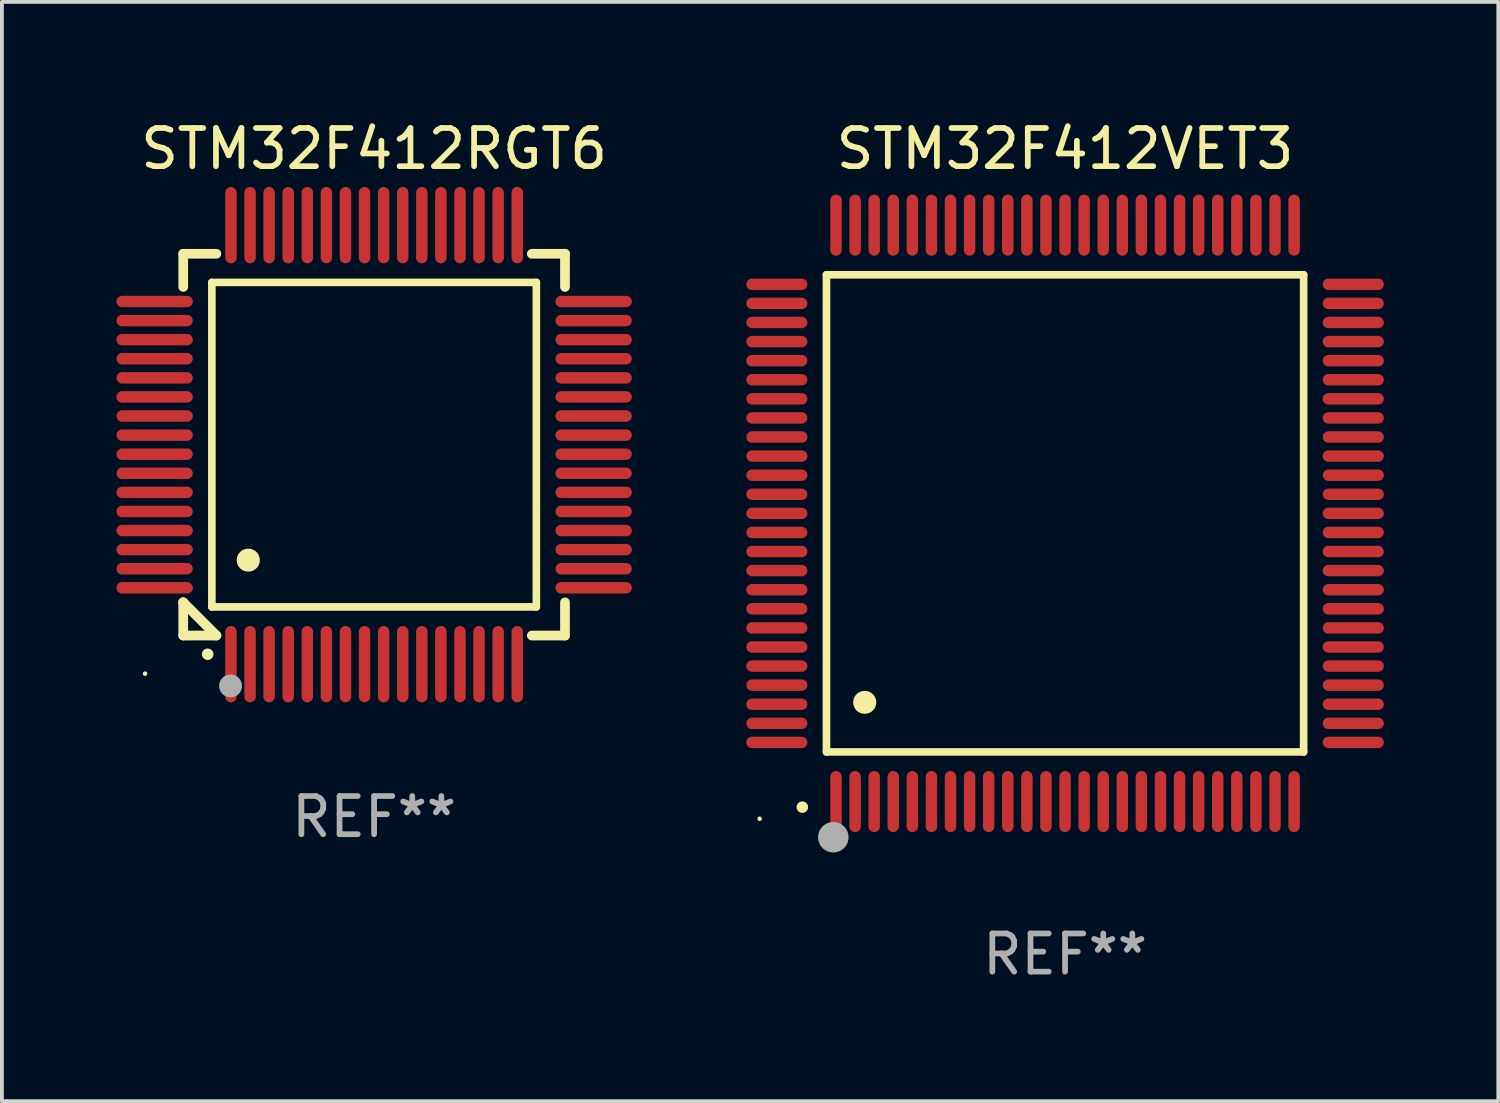
<source format=kicad_pcb>
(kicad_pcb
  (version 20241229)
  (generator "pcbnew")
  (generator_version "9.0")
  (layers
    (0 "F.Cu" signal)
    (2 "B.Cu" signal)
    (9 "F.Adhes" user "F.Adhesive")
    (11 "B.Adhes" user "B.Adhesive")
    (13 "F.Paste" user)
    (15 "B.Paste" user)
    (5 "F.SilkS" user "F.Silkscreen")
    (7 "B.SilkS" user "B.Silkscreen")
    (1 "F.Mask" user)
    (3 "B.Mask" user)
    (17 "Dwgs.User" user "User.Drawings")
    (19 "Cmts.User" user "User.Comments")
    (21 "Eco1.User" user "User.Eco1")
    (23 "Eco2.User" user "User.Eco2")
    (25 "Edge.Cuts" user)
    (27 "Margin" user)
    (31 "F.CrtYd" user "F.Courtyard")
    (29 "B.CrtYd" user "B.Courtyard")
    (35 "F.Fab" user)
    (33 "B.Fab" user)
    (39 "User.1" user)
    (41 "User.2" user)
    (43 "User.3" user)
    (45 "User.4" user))
  (footprint "STM32F412VET3"
    (layer "F.Cu")
    (at 24.85 10.398)
    (property "Reference" "STM32F412VET3" (at 0 -9.55 0) (layer "F.SilkS") (effects (font (size 1 1) (thickness 0.15))))
    (attr through_hole)
    (fp_line (start -6.25 -6.25) (end -6.25 6.25) (stroke (width 0.2) (type solid)) (layer "F.SilkS"))
    (fp_line (start -6.25 6.25) (end 6.25 6.25) (stroke (width 0.2) (type solid)) (layer "F.SilkS"))
    (fp_line (start 6.25 -6.25) (end -6.25 -6.25) (stroke (width 0.2) (type solid)) (layer "F.SilkS"))
    (fp_line (start 6.25 6.25) (end 6.25 -6.25) (stroke (width 0.2) (type solid)) (layer "F.SilkS"))
    (fp_arc (start -6.883414 7.696215) (mid -6.882144 7.69621) (end -6.880874 7.696215) (stroke (width 0.3) (type solid)) (layer "F.SilkS"))
    (fp_arc (start -5.250191 4.95047) (mid -5.247651 4.950459) (end -5.245111 4.95047) (stroke (width 0.6) (type solid)) (layer "F.SilkS"))
    (fp_circle (center -8 8) (end -7.97 8) (stroke (width 0.06) (type solid)) (fill no) (layer "F.SilkS"))
    (fp_circle (center -6.071 8.484) (end -5.871 8.484) (stroke (width 0.4) (type solid)) (fill no) (layer "F.Fab"))
    (fp_text user "REF**" (at 0 11.55 0) (layer "F.Fab") (effects (font (size 1 1) (thickness 0.15))))
    (pad "1" smd oval (at -6 7.55) (size 0.3 1.6) (layers "F.Cu" "F.Mask" "F.Paste"))
    (pad "2" smd oval (at -5.5 7.55) (size 0.3 1.6) (layers "F.Cu" "F.Mask" "F.Paste"))
    (pad "3" smd oval (at -5 7.55) (size 0.3 1.6) (layers "F.Cu" "F.Mask" "F.Paste"))
    (pad "4" smd oval (at -4.5 7.55) (size 0.3 1.6) (layers "F.Cu" "F.Mask" "F.Paste"))
    (pad "5" smd oval (at -4 7.55) (size 0.3 1.6) (layers "F.Cu" "F.Mask" "F.Paste"))
    (pad "6" smd oval (at -3.5 7.55) (size 0.3 1.6) (layers "F.Cu" "F.Mask" "F.Paste"))
    (pad "7" smd oval (at -3 7.55) (size 0.3 1.6) (layers "F.Cu" "F.Mask" "F.Paste"))
    (pad "8" smd oval (at -2.5 7.55) (size 0.3 1.6) (layers "F.Cu" "F.Mask" "F.Paste"))
    (pad "9" smd oval (at -2 7.55) (size 0.3 1.6) (layers "F.Cu" "F.Mask" "F.Paste"))
    (pad "10" smd oval (at -1.5 7.55) (size 0.3 1.6) (layers "F.Cu" "F.Mask" "F.Paste"))
    (pad "11" smd oval (at -1 7.55) (size 0.3 1.6) (layers "F.Cu" "F.Mask" "F.Paste"))
    (pad "12" smd oval (at -0.5 7.55) (size 0.3 1.6) (layers "F.Cu" "F.Mask" "F.Paste"))
    (pad "13" smd oval (at 0 7.55) (size 0.3 1.6) (layers "F.Cu" "F.Mask" "F.Paste"))
    (pad "14" smd oval (at 0.5 7.55) (size 0.3 1.6) (layers "F.Cu" "F.Mask" "F.Paste"))
    (pad "15" smd oval (at 1 7.55) (size 0.3 1.6) (layers "F.Cu" "F.Mask" "F.Paste"))
    (pad "16" smd oval (at 1.5 7.55) (size 0.3 1.6) (layers "F.Cu" "F.Mask" "F.Paste"))
    (pad "17" smd oval (at 2 7.55) (size 0.3 1.6) (layers "F.Cu" "F.Mask" "F.Paste"))
    (pad "18" smd oval (at 2.5 7.55) (size 0.3 1.6) (layers "F.Cu" "F.Mask" "F.Paste"))
    (pad "19" smd oval (at 3 7.55) (size 0.3 1.6) (layers "F.Cu" "F.Mask" "F.Paste"))
    (pad "20" smd oval (at 3.5 7.55) (size 0.3 1.6) (layers "F.Cu" "F.Mask" "F.Paste"))
    (pad "21" smd oval (at 4 7.55) (size 0.3 1.6) (layers "F.Cu" "F.Mask" "F.Paste"))
    (pad "22" smd oval (at 4.5 7.55) (size 0.3 1.6) (layers "F.Cu" "F.Mask" "F.Paste"))
    (pad "23" smd oval (at 5 7.55) (size 0.3 1.6) (layers "F.Cu" "F.Mask" "F.Paste"))
    (pad "24" smd oval (at 5.5 7.55) (size 0.3 1.6) (layers "F.Cu" "F.Mask" "F.Paste"))
    (pad "25" smd oval (at 6 7.55) (size 0.3 1.6) (layers "F.Cu" "F.Mask" "F.Paste"))
    (pad "26" smd oval (at 7.55 6) (size 1.6 0.3) (layers "F.Cu" "F.Mask" "F.Paste"))
    (pad "27" smd oval (at 7.55 5.5) (size 1.6 0.3) (layers "F.Cu" "F.Mask" "F.Paste"))
    (pad "28" smd oval (at 7.55 5) (size 1.6 0.3) (layers "F.Cu" "F.Mask" "F.Paste"))
    (pad "29" smd oval (at 7.55 4.5) (size 1.6 0.3) (layers "F.Cu" "F.Mask" "F.Paste"))
    (pad "30" smd oval (at 7.55 4) (size 1.6 0.3) (layers "F.Cu" "F.Mask" "F.Paste"))
    (pad "31" smd oval (at 7.55 3.5) (size 1.6 0.3) (layers "F.Cu" "F.Mask" "F.Paste"))
    (pad "32" smd oval (at 7.55 3) (size 1.6 0.3) (layers "F.Cu" "F.Mask" "F.Paste"))
    (pad "33" smd oval (at 7.55 2.5) (size 1.6 0.3) (layers "F.Cu" "F.Mask" "F.Paste"))
    (pad "34" smd oval (at 7.55 2) (size 1.6 0.3) (layers "F.Cu" "F.Mask" "F.Paste"))
    (pad "35" smd oval (at 7.55 1.5) (size 1.6 0.3) (layers "F.Cu" "F.Mask" "F.Paste"))
    (pad "36" smd oval (at 7.55 1) (size 1.6 0.3) (layers "F.Cu" "F.Mask" "F.Paste"))
    (pad "37" smd oval (at 7.55 0.5) (size 1.6 0.3) (layers "F.Cu" "F.Mask" "F.Paste"))
    (pad "38" smd oval (at 7.55 0) (size 1.6 0.3) (layers "F.Cu" "F.Mask" "F.Paste"))
    (pad "39" smd oval (at 7.55 -0.5) (size 1.6 0.3) (layers "F.Cu" "F.Mask" "F.Paste"))
    (pad "40" smd oval (at 7.55 -1) (size 1.6 0.3) (layers "F.Cu" "F.Mask" "F.Paste"))
    (pad "41" smd oval (at 7.55 -1.5) (size 1.6 0.3) (layers "F.Cu" "F.Mask" "F.Paste"))
    (pad "42" smd oval (at 7.55 -2) (size 1.6 0.3) (layers "F.Cu" "F.Mask" "F.Paste"))
    (pad "43" smd oval (at 7.55 -2.5) (size 1.6 0.3) (layers "F.Cu" "F.Mask" "F.Paste"))
    (pad "44" smd oval (at 7.55 -3) (size 1.6 0.3) (layers "F.Cu" "F.Mask" "F.Paste"))
    (pad "45" smd oval (at 7.55 -3.5) (size 1.6 0.3) (layers "F.Cu" "F.Mask" "F.Paste"))
    (pad "46" smd oval (at 7.55 -4) (size 1.6 0.3) (layers "F.Cu" "F.Mask" "F.Paste"))
    (pad "47" smd oval (at 7.55 -4.5) (size 1.6 0.3) (layers "F.Cu" "F.Mask" "F.Paste"))
    (pad "48" smd oval (at 7.55 -5) (size 1.6 0.3) (layers "F.Cu" "F.Mask" "F.Paste"))
    (pad "49" smd oval (at 7.55 -5.5) (size 1.6 0.3) (layers "F.Cu" "F.Mask" "F.Paste"))
    (pad "50" smd oval (at 7.55 -6) (size 1.6 0.3) (layers "F.Cu" "F.Mask" "F.Paste"))
    (pad "51" smd oval (at 6 -7.55) (size 0.3 1.6) (layers "F.Cu" "F.Mask" "F.Paste"))
    (pad "52" smd oval (at 5.5 -7.55) (size 0.3 1.6) (layers "F.Cu" "F.Mask" "F.Paste"))
    (pad "53" smd oval (at 5 -7.55) (size 0.3 1.6) (layers "F.Cu" "F.Mask" "F.Paste"))
    (pad "54" smd oval (at 4.5 -7.55) (size 0.3 1.6) (layers "F.Cu" "F.Mask" "F.Paste"))
    (pad "55" smd oval (at 4 -7.55) (size 0.3 1.6) (layers "F.Cu" "F.Mask" "F.Paste"))
    (pad "56" smd oval (at 3.5 -7.55) (size 0.3 1.6) (layers "F.Cu" "F.Mask" "F.Paste"))
    (pad "57" smd oval (at 3 -7.55) (size 0.3 1.6) (layers "F.Cu" "F.Mask" "F.Paste"))
    (pad "58" smd oval (at 2.5 -7.55) (size 0.3 1.6) (layers "F.Cu" "F.Mask" "F.Paste"))
    (pad "59" smd oval (at 2 -7.55) (size 0.3 1.6) (layers "F.Cu" "F.Mask" "F.Paste"))
    (pad "60" smd oval (at 1.5 -7.55) (size 0.3 1.6) (layers "F.Cu" "F.Mask" "F.Paste"))
    (pad "61" smd oval (at 1 -7.55) (size 0.3 1.6) (layers "F.Cu" "F.Mask" "F.Paste"))
    (pad "62" smd oval (at 0.5 -7.55) (size 0.3 1.6) (layers "F.Cu" "F.Mask" "F.Paste"))
    (pad "63" smd oval (at 0 -7.55) (size 0.3 1.6) (layers "F.Cu" "F.Mask" "F.Paste"))
    (pad "64" smd oval (at -0.5 -7.55) (size 0.3 1.6) (layers "F.Cu" "F.Mask" "F.Paste"))
    (pad "65" smd oval (at -1 -7.55) (size 0.3 1.6) (layers "F.Cu" "F.Mask" "F.Paste"))
    (pad "66" smd oval (at -1.5 -7.55) (size 0.3 1.6) (layers "F.Cu" "F.Mask" "F.Paste"))
    (pad "67" smd oval (at -2 -7.55) (size 0.3 1.6) (layers "F.Cu" "F.Mask" "F.Paste"))
    (pad "68" smd oval (at -2.5 -7.55) (size 0.3 1.6) (layers "F.Cu" "F.Mask" "F.Paste"))
    (pad "69" smd oval (at -3 -7.55) (size 0.3 1.6) (layers "F.Cu" "F.Mask" "F.Paste"))
    (pad "70" smd oval (at -3.5 -7.55) (size 0.3 1.6) (layers "F.Cu" "F.Mask" "F.Paste"))
    (pad "71" smd oval (at -4 -7.55) (size 0.3 1.6) (layers "F.Cu" "F.Mask" "F.Paste"))
    (pad "72" smd oval (at -4.5 -7.55) (size 0.3 1.6) (layers "F.Cu" "F.Mask" "F.Paste"))
    (pad "73" smd oval (at -5 -7.55) (size 0.3 1.6) (layers "F.Cu" "F.Mask" "F.Paste"))
    (pad "74" smd oval (at -5.5 -7.55) (size 0.3 1.6) (layers "F.Cu" "F.Mask" "F.Paste"))
    (pad "75" smd oval (at -6 -7.55) (size 0.3 1.6) (layers "F.Cu" "F.Mask" "F.Paste"))
    (pad "76" smd oval (at -7.55 -6) (size 1.6 0.3) (layers "F.Cu" "F.Mask" "F.Paste"))
    (pad "77" smd oval (at -7.55 -5.5) (size 1.6 0.3) (layers "F.Cu" "F.Mask" "F.Paste"))
    (pad "78" smd oval (at -7.55 -5) (size 1.6 0.3) (layers "F.Cu" "F.Mask" "F.Paste"))
    (pad "79" smd oval (at -7.55 -4.5) (size 1.6 0.3) (layers "F.Cu" "F.Mask" "F.Paste"))
    (pad "80" smd oval (at -7.55 -4) (size 1.6 0.3) (layers "F.Cu" "F.Mask" "F.Paste"))
    (pad "81" smd oval (at -7.55 -3.5) (size 1.6 0.3) (layers "F.Cu" "F.Mask" "F.Paste"))
    (pad "82" smd oval (at -7.55 -3) (size 1.6 0.3) (layers "F.Cu" "F.Mask" "F.Paste"))
    (pad "83" smd oval (at -7.55 -2.5) (size 1.6 0.3) (layers "F.Cu" "F.Mask" "F.Paste"))
    (pad "84" smd oval (at -7.55 -2) (size 1.6 0.3) (layers "F.Cu" "F.Mask" "F.Paste"))
    (pad "85" smd oval (at -7.55 -1.5) (size 1.6 0.3) (layers "F.Cu" "F.Mask" "F.Paste"))
    (pad "86" smd oval (at -7.55 -1) (size 1.6 0.3) (layers "F.Cu" "F.Mask" "F.Paste"))
    (pad "87" smd oval (at -7.55 -0.5) (size 1.6 0.3) (layers "F.Cu" "F.Mask" "F.Paste"))
    (pad "88" smd oval (at -7.55 0) (size 1.6 0.3) (layers "F.Cu" "F.Mask" "F.Paste"))
    (pad "89" smd oval (at -7.55 0.5) (size 1.6 0.3) (layers "F.Cu" "F.Mask" "F.Paste"))
    (pad "90" smd oval (at -7.55 1) (size 1.6 0.3) (layers "F.Cu" "F.Mask" "F.Paste"))
    (pad "91" smd oval (at -7.55 1.5) (size 1.6 0.3) (layers "F.Cu" "F.Mask" "F.Paste"))
    (pad "92" smd oval (at -7.55 2) (size 1.6 0.3) (layers "F.Cu" "F.Mask" "F.Paste"))
    (pad "93" smd oval (at -7.55 2.5) (size 1.6 0.3) (layers "F.Cu" "F.Mask" "F.Paste"))
    (pad "94" smd oval (at -7.55 3) (size 1.6 0.3) (layers "F.Cu" "F.Mask" "F.Paste"))
    (pad "95" smd oval (at -7.55 3.5) (size 1.6 0.3) (layers "F.Cu" "F.Mask" "F.Paste"))
    (pad "96" smd oval (at -7.55 4) (size 1.6 0.3) (layers "F.Cu" "F.Mask" "F.Paste"))
    (pad "97" smd oval (at -7.55 4.5) (size 1.6 0.3) (layers "F.Cu" "F.Mask" "F.Paste"))
    (pad "98" smd oval (at -7.55 5) (size 1.6 0.3) (layers "F.Cu" "F.Mask" "F.Paste"))
    (pad "99" smd oval (at -7.55 5.5) (size 1.6 0.3) (layers "F.Cu" "F.Mask" "F.Paste"))
    (pad "100" smd oval (at -7.55 6) (size 1.6 0.3) (layers "F.Cu" "F.Mask" "F.Paste")))
  (footprint "STM32F412RGT6"
    (layer "F.Cu")
    (at 6.75 8.598)
    (property "Reference" "STM32F412RGT6" (at 0 -7.75 0) (layer "F.SilkS") (effects (font (size 1 1) (thickness 0.15))))
    (attr through_hole)
    (fp_line (start -5 -5) (end -4.131 -5) (stroke (width 0.254) (type solid)) (layer "F.SilkS"))
    (fp_line (start -5 -4.131) (end -5 -5) (stroke (width 0.254) (type solid)) (layer "F.SilkS"))
    (fp_line (start -5 4.131) (end -5 4.131) (stroke (width 0.254) (type solid)) (layer "F.SilkS"))
    (fp_line (start -5 5) (end -5 4.131) (stroke (width 0.254) (type solid)) (layer "F.SilkS"))
    (fp_line (start -5 4.131) (end -4.131 5) (stroke (width 0.254) (type solid)) (layer "F.SilkS"))
    (fp_line (start -4.25 -4.25) (end -4.25 4.25) (stroke (width 0.2) (type solid)) (layer "F.SilkS"))
    (fp_line (start -4.25 4.25) (end 4.25 4.25) (stroke (width 0.2) (type solid)) (layer "F.SilkS"))
    (fp_line (start -4.131 5) (end -5 5) (stroke (width 0.254) (type solid)) (layer "F.SilkS"))
    (fp_line (start 4.25 -4.25) (end -4.25 -4.25) (stroke (width 0.2) (type solid)) (layer "F.SilkS"))
    (fp_line (start 4.25 4.25) (end 4.25 -4.25) (stroke (width 0.2) (type solid)) (layer "F.SilkS"))
    (fp_line (start 5 -5) (end 4.131 -5) (stroke (width 0.254) (type solid)) (layer "F.SilkS"))
    (fp_line (start 5 -5) (end 5 -4.131) (stroke (width 0.254) (type solid)) (layer "F.SilkS"))
    (fp_line (start 5 4.131) (end 5 5) (stroke (width 0.254) (type solid)) (layer "F.SilkS"))
    (fp_line (start 5 5) (end 4.131 5) (stroke (width 0.254) (type solid)) (layer "F.SilkS"))
    (fp_arc (start -4.361265 5.489992) (mid -4.359995 5.489987) (end -4.358725 5.489992) (stroke (width 0.3) (type solid)) (layer "F.SilkS"))
    (fp_arc (start -3.299467 3.025146) (mid -3.296927 3.025135) (end -3.294387 3.025146) (stroke (width 0.6) (type solid)) (layer "F.SilkS"))
    (fp_circle (center -6 6) (end -5.97 6) (stroke (width 0.06) (type solid)) (fill no) (layer "F.SilkS"))
    (fp_circle (center -3.76 6.32) (end -3.61 6.32) (stroke (width 0.3) (type solid)) (fill no) (layer "F.Fab"))
    (fp_text user "REF**" (at 0 9.75 0) (layer "F.Fab") (effects (font (size 1 1) (thickness 0.15))))
    (pad "1" smd oval (at -3.75 5.75) (size 0.3 2) (layers "F.Cu" "F.Mask" "F.Paste"))
    (pad "2" smd oval (at -3.25 5.75) (size 0.3 2) (layers "F.Cu" "F.Mask" "F.Paste"))
    (pad "3" smd oval (at -2.75 5.75) (size 0.3 2) (layers "F.Cu" "F.Mask" "F.Paste"))
    (pad "4" smd oval (at -2.25 5.75) (size 0.3 2) (layers "F.Cu" "F.Mask" "F.Paste"))
    (pad "5" smd oval (at -1.75 5.75) (size 0.3 2) (layers "F.Cu" "F.Mask" "F.Paste"))
    (pad "6" smd oval (at -1.25 5.75) (size 0.3 2) (layers "F.Cu" "F.Mask" "F.Paste"))
    (pad "7" smd oval (at -0.75 5.75) (size 0.3 2) (layers "F.Cu" "F.Mask" "F.Paste"))
    (pad "8" smd oval (at -0.25 5.75) (size 0.3 2) (layers "F.Cu" "F.Mask" "F.Paste"))
    (pad "9" smd oval (at 0.25 5.75) (size 0.3 2) (layers "F.Cu" "F.Mask" "F.Paste"))
    (pad "10" smd oval (at 0.75 5.75) (size 0.3 2) (layers "F.Cu" "F.Mask" "F.Paste"))
    (pad "11" smd oval (at 1.25 5.75) (size 0.3 2) (layers "F.Cu" "F.Mask" "F.Paste"))
    (pad "12" smd oval (at 1.75 5.75) (size 0.3 2) (layers "F.Cu" "F.Mask" "F.Paste"))
    (pad "13" smd oval (at 2.25 5.75) (size 0.3 2) (layers "F.Cu" "F.Mask" "F.Paste"))
    (pad "14" smd oval (at 2.75 5.75) (size 0.3 2) (layers "F.Cu" "F.Mask" "F.Paste"))
    (pad "15" smd oval (at 3.25 5.75) (size 0.3 2) (layers "F.Cu" "F.Mask" "F.Paste"))
    (pad "16" smd oval (at 3.75 5.75) (size 0.3 2) (layers "F.Cu" "F.Mask" "F.Paste"))
    (pad "17" smd oval (at 5.75 3.75) (size 2 0.3) (layers "F.Cu" "F.Mask" "F.Paste"))
    (pad "18" smd oval (at 5.75 3.25) (size 2 0.3) (layers "F.Cu" "F.Mask" "F.Paste"))
    (pad "19" smd oval (at 5.75 2.75) (size 2 0.3) (layers "F.Cu" "F.Mask" "F.Paste"))
    (pad "20" smd oval (at 5.75 2.25) (size 2 0.3) (layers "F.Cu" "F.Mask" "F.Paste"))
    (pad "21" smd oval (at 5.75 1.75) (size 2 0.3) (layers "F.Cu" "F.Mask" "F.Paste"))
    (pad "22" smd oval (at 5.75 1.25) (size 2 0.3) (layers "F.Cu" "F.Mask" "F.Paste"))
    (pad "23" smd oval (at 5.75 0.75) (size 2 0.3) (layers "F.Cu" "F.Mask" "F.Paste"))
    (pad "24" smd oval (at 5.75 0.25) (size 2 0.3) (layers "F.Cu" "F.Mask" "F.Paste"))
    (pad "25" smd oval (at 5.75 -0.25) (size 2 0.3) (layers "F.Cu" "F.Mask" "F.Paste"))
    (pad "26" smd oval (at 5.75 -0.75) (size 2 0.3) (layers "F.Cu" "F.Mask" "F.Paste"))
    (pad "27" smd oval (at 5.75 -1.25) (size 2 0.3) (layers "F.Cu" "F.Mask" "F.Paste"))
    (pad "28" smd oval (at 5.75 -1.75) (size 2 0.3) (layers "F.Cu" "F.Mask" "F.Paste"))
    (pad "29" smd oval (at 5.75 -2.25) (size 2 0.3) (layers "F.Cu" "F.Mask" "F.Paste"))
    (pad "30" smd oval (at 5.75 -2.75) (size 2 0.3) (layers "F.Cu" "F.Mask" "F.Paste"))
    (pad "31" smd oval (at 5.75 -3.25) (size 2 0.3) (layers "F.Cu" "F.Mask" "F.Paste"))
    (pad "32" smd oval (at 5.75 -3.75) (size 2 0.3) (layers "F.Cu" "F.Mask" "F.Paste"))
    (pad "33" smd oval (at 3.75 -5.75) (size 0.3 2) (layers "F.Cu" "F.Mask" "F.Paste"))
    (pad "34" smd oval (at 3.25 -5.75) (size 0.3 2) (layers "F.Cu" "F.Mask" "F.Paste"))
    (pad "35" smd oval (at 2.75 -5.75) (size 0.3 2) (layers "F.Cu" "F.Mask" "F.Paste"))
    (pad "36" smd oval (at 2.25 -5.75) (size 0.3 2) (layers "F.Cu" "F.Mask" "F.Paste"))
    (pad "37" smd oval (at 1.75 -5.75) (size 0.3 2) (layers "F.Cu" "F.Mask" "F.Paste"))
    (pad "38" smd oval (at 1.25 -5.75) (size 0.3 2) (layers "F.Cu" "F.Mask" "F.Paste"))
    (pad "39" smd oval (at 0.75 -5.75) (size 0.3 2) (layers "F.Cu" "F.Mask" "F.Paste"))
    (pad "40" smd oval (at 0.25 -5.75) (size 0.3 2) (layers "F.Cu" "F.Mask" "F.Paste"))
    (pad "41" smd oval (at -0.25 -5.75) (size 0.3 2) (layers "F.Cu" "F.Mask" "F.Paste"))
    (pad "42" smd oval (at -0.75 -5.75) (size 0.3 2) (layers "F.Cu" "F.Mask" "F.Paste"))
    (pad "43" smd oval (at -1.25 -5.75) (size 0.3 2) (layers "F.Cu" "F.Mask" "F.Paste"))
    (pad "44" smd oval (at -1.75 -5.75) (size 0.3 2) (layers "F.Cu" "F.Mask" "F.Paste"))
    (pad "45" smd oval (at -2.25 -5.75) (size 0.3 2) (layers "F.Cu" "F.Mask" "F.Paste"))
    (pad "46" smd oval (at -2.75 -5.75) (size 0.3 2) (layers "F.Cu" "F.Mask" "F.Paste"))
    (pad "47" smd oval (at -3.25 -5.75) (size 0.3 2) (layers "F.Cu" "F.Mask" "F.Paste"))
    (pad "48" smd oval (at -3.75 -5.75) (size 0.3 2) (layers "F.Cu" "F.Mask" "F.Paste"))
    (pad "49" smd oval (at -5.75 -3.75) (size 2 0.3) (layers "F.Cu" "F.Mask" "F.Paste"))
    (pad "50" smd oval (at -5.75 -3.25) (size 2 0.3) (layers "F.Cu" "F.Mask" "F.Paste"))
    (pad "51" smd oval (at -5.75 -2.75) (size 2 0.3) (layers "F.Cu" "F.Mask" "F.Paste"))
    (pad "52" smd oval (at -5.75 -2.25) (size 2 0.3) (layers "F.Cu" "F.Mask" "F.Paste"))
    (pad "53" smd oval (at -5.75 -1.75) (size 2 0.3) (layers "F.Cu" "F.Mask" "F.Paste"))
    (pad "54" smd oval (at -5.75 -1.25) (size 2 0.3) (layers "F.Cu" "F.Mask" "F.Paste"))
    (pad "55" smd oval (at -5.75 -0.75) (size 2 0.3) (layers "F.Cu" "F.Mask" "F.Paste"))
    (pad "56" smd oval (at -5.75 -0.25) (size 2 0.3) (layers "F.Cu" "F.Mask" "F.Paste"))
    (pad "57" smd oval (at -5.75 0.25) (size 2 0.3) (layers "F.Cu" "F.Mask" "F.Paste"))
    (pad "58" smd oval (at -5.75 0.75) (size 2 0.3) (layers "F.Cu" "F.Mask" "F.Paste"))
    (pad "59" smd oval (at -5.75 1.25) (size 2 0.3) (layers "F.Cu" "F.Mask" "F.Paste"))
    (pad "60" smd oval (at -5.75 1.75) (size 2 0.3) (layers "F.Cu" "F.Mask" "F.Paste"))
    (pad "61" smd oval (at -5.75 2.25) (size 2 0.3) (layers "F.Cu" "F.Mask" "F.Paste"))
    (pad "62" smd oval (at -5.75 2.75) (size 2 0.3) (layers "F.Cu" "F.Mask" "F.Paste"))
    (pad "63" smd oval (at -5.75 3.25) (size 2 0.3) (layers "F.Cu" "F.Mask" "F.Paste"))
    (pad "64" smd oval (at -5.75 3.75) (size 2 0.3) (layers "F.Cu" "F.Mask" "F.Paste")))
  (gr_rect
    (start -3 -3)
    (end 36.199 25.796)
    (stroke (width 0.1) (type default))
    (fill no)
    (layer "Edge.Cuts")))
</source>
